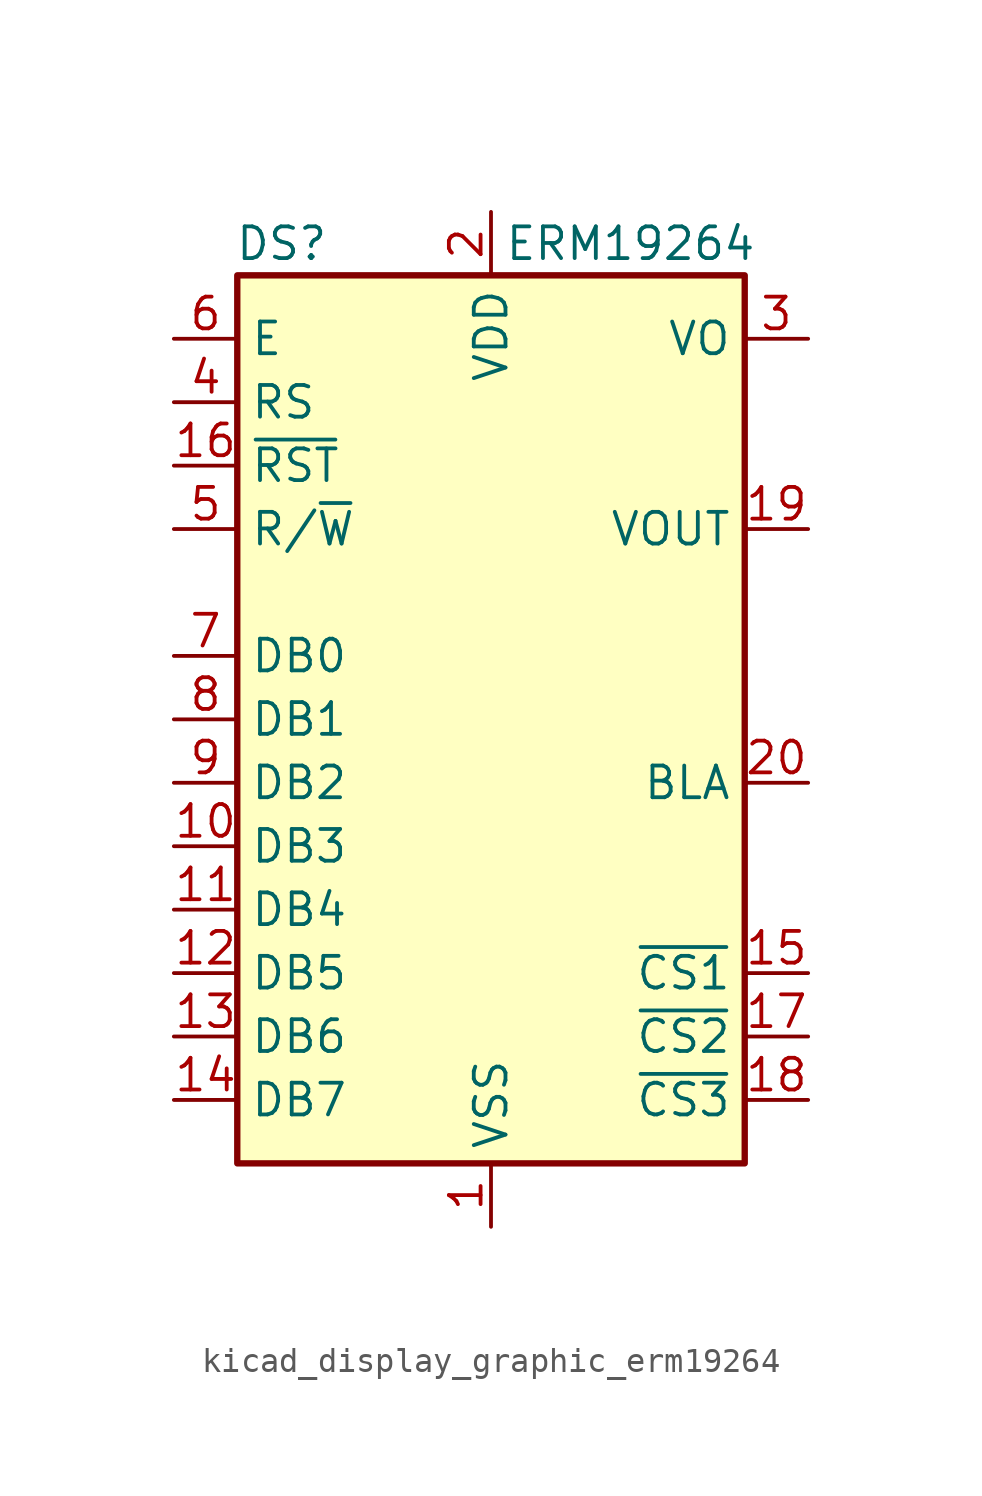
<source format=kicad_sym>
(kicad_symbol_lib
  (version 20220914)
  (generator kicad_symbol_editor)
  (symbol "kicad_display_graphic_erm19264"
    (property "Reference" "DS"
      (at -8.382 19.05 0)
      (effects (font (size 1.27 1.27))))
    (property "Value" "ERM19264"
      (at 5.588 19.05 0)
      (effects (font (size 1.27 1.27))))
    (symbol "kicad_display_graphic_erm19264_0_0"
      (pin input line (at 12.7 -15.24 180) (length 2.54) (name "~{CS3}" (effects (font (size 1.27 1.27)))) (number "18" (effects (font (size 1.27 1.27))))))
    (symbol "kicad_display_graphic_erm19264_0_1"
      (rectangle (start -10.16 17.78) (end 10.16 -17.78) (stroke (width 0.254) (type default)) (fill (type background))))
    (symbol "kicad_display_graphic_erm19264_1_1"
      (pin power_in line (at 0 -20.32 90) (length 2.54) (name "VSS" (effects (font (size 1.27 1.27)))) (number "1" (effects (font (size 1.27 1.27)))))
      (pin bidirectional line (at -12.7 -5.08 0) (length 2.54) (name "DB3" (effects (font (size 1.27 1.27)))) (number "10" (effects (font (size 1.27 1.27)))))
      (pin bidirectional line (at -12.7 -7.62 0) (length 2.54) (name "DB4" (effects (font (size 1.27 1.27)))) (number "11" (effects (font (size 1.27 1.27)))))
      (pin bidirectional line (at -12.7 -10.16 0) (length 2.54) (name "DB5" (effects (font (size 1.27 1.27)))) (number "12" (effects (font (size 1.27 1.27)))))
      (pin bidirectional line (at -12.7 -12.7 0) (length 2.54) (name "DB6" (effects (font (size 1.27 1.27)))) (number "13" (effects (font (size 1.27 1.27)))))
      (pin bidirectional line (at -12.7 -15.24 0) (length 2.54) (name "DB7" (effects (font (size 1.27 1.27)))) (number "14" (effects (font (size 1.27 1.27)))))
      (pin input line (at 12.7 -10.16 180) (length 2.54) (name "~{CS1}" (effects (font (size 1.27 1.27)))) (number "15" (effects (font (size 1.27 1.27)))))
      (pin input line (at -12.7 10.16 0) (length 2.54) (name "~{RST}" (effects (font (size 1.27 1.27)))) (number "16" (effects (font (size 1.27 1.27)))))
      (pin input line (at 12.7 -12.7 180) (length 2.54) (name "~{CS2}" (effects (font (size 1.27 1.27)))) (number "17" (effects (font (size 1.27 1.27)))))
      (pin passive line (at 12.7 7.62 180) (length 2.54) (name "VOUT" (effects (font (size 1.27 1.27)))) (number "19" (effects (font (size 1.27 1.27)))))
      (pin power_in line (at 0 20.32 270) (length 2.54) (name "VDD" (effects (font (size 1.27 1.27)))) (number "2" (effects (font (size 1.27 1.27)))))
      (pin passive line (at 12.7 -2.54 180) (length 2.54) (name "BLA" (effects (font (size 1.27 1.27)))) (number "20" (effects (font (size 1.27 1.27)))))
      (pin passive line (at 12.7 15.24 180) (length 2.54) (name "VO" (effects (font (size 1.27 1.27)))) (number "3" (effects (font (size 1.27 1.27)))))
      (pin input line (at -12.7 12.7 0) (length 2.54) (name "RS" (effects (font (size 1.27 1.27)))) (number "4" (effects (font (size 1.27 1.27)))))
      (pin input line (at -12.7 7.62 0) (length 2.54) (name "R/~{W}" (effects (font (size 1.27 1.27)))) (number "5" (effects (font (size 1.27 1.27)))))
      (pin input line (at -12.7 15.24 0) (length 2.54) (name "E" (effects (font (size 1.27 1.27)))) (number "6" (effects (font (size 1.27 1.27)))))
      (pin bidirectional line (at -12.7 2.54 0) (length 2.54) (name "DB0" (effects (font (size 1.27 1.27)))) (number "7" (effects (font (size 1.27 1.27)))))
      (pin bidirectional line (at -12.7 0 0) (length 2.54) (name "DB1" (effects (font (size 1.27 1.27)))) (number "8" (effects (font (size 1.27 1.27)))))
      (pin bidirectional line (at -12.7 -2.54 0) (length 2.54) (name "DB2" (effects (font (size 1.27 1.27)))) (number "9" (effects (font (size 1.27 1.27))))))))
</source>
